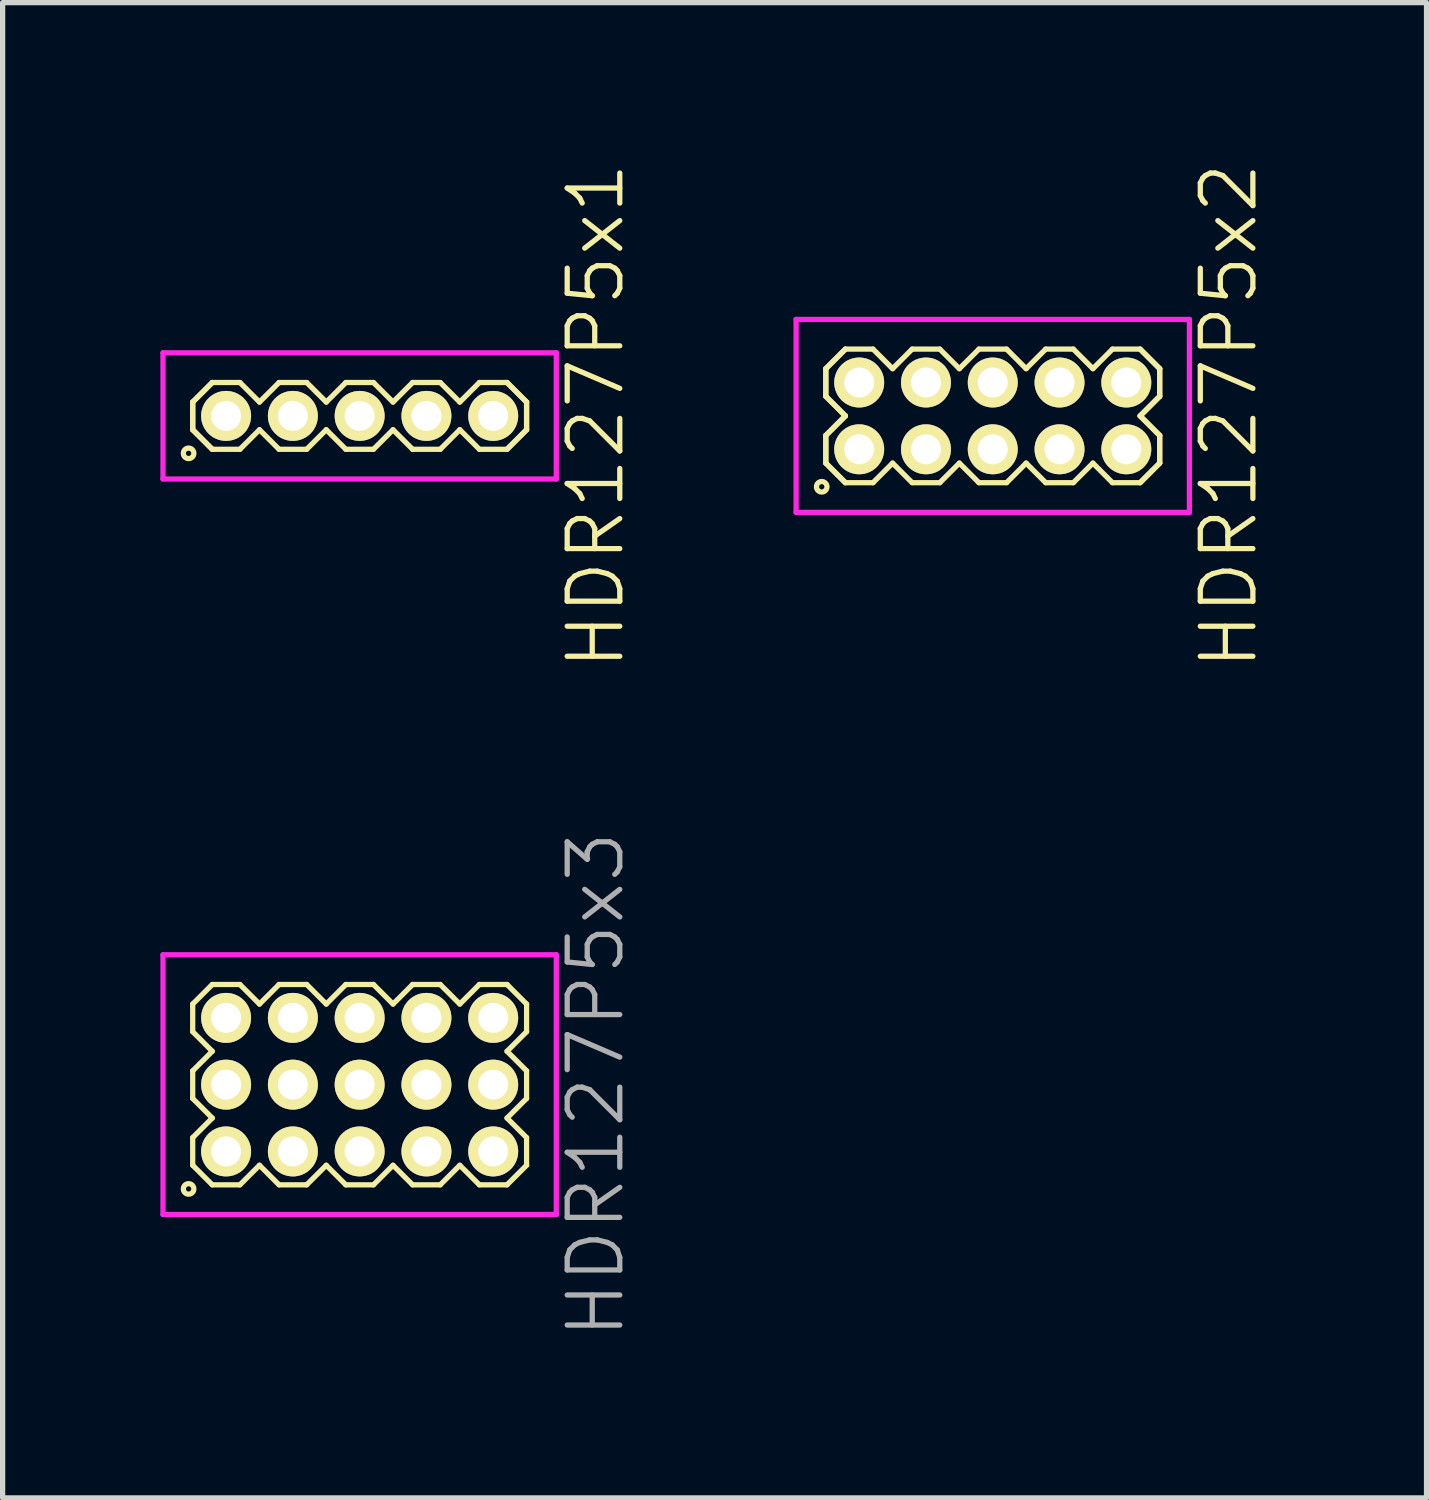
<source format=kicad_pcb>
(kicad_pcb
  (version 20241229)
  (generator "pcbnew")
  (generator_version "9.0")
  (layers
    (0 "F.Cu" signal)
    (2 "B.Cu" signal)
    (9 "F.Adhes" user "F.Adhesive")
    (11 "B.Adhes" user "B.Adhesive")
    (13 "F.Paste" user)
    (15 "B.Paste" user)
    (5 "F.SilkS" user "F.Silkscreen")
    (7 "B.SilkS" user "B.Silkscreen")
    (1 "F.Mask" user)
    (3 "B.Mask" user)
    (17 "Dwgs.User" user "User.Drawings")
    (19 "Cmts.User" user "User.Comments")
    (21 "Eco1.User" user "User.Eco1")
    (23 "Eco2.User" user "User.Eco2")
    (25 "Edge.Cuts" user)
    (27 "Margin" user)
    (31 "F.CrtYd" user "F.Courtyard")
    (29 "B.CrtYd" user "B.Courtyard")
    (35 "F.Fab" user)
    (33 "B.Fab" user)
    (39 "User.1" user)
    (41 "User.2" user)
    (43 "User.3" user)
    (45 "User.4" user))
  (footprint "HDR127P5x1"
    (layer "F.Cu")
    (at 3.79 4.86)
    (property "Reference" "HDR127P5x1" (at 4.49 0 90) (layer "F.SilkS") (effects (font (size 1 1) (thickness 0.1))))
    (attr through_hole)
    (fp_line (start -3.175 -0.263) (end -2.803 -0.635) (stroke (width 0.1) (type solid)) (layer "F.SilkS"))
    (fp_line (start -3.175 -0.263) (end -2.803 -0.635) (stroke (width 0.1) (type solid)) (layer "F.SilkS"))
    (fp_line (start -3.175 0.263) (end -3.175 -0.263) (stroke (width 0.1) (type solid)) (layer "F.SilkS"))
    (fp_line (start -3.175 0.263) (end -3.175 -0.263) (stroke (width 0.1) (type solid)) (layer "F.SilkS"))
    (fp_line (start -2.803 -0.635) (end -2.277 -0.635) (stroke (width 0.1) (type solid)) (layer "F.SilkS"))
    (fp_line (start -2.803 0.635) (end -3.175 0.263) (stroke (width 0.1) (type solid)) (layer "F.SilkS"))
    (fp_line (start -2.803 0.635) (end -3.175 0.263) (stroke (width 0.1) (type solid)) (layer "F.SilkS"))
    (fp_line (start -2.277 -0.635) (end -1.905 -0.263) (stroke (width 0.1) (type solid)) (layer "F.SilkS"))
    (fp_line (start -2.277 0.635) (end -2.803 0.635) (stroke (width 0.1) (type solid)) (layer "F.SilkS"))
    (fp_line (start -1.905 -0.263) (end -1.533 -0.635) (stroke (width 0.1) (type solid)) (layer "F.SilkS"))
    (fp_line (start -1.905 0.263) (end -2.277 0.635) (stroke (width 0.1) (type solid)) (layer "F.SilkS"))
    (fp_line (start -1.533 -0.635) (end -1.007 -0.635) (stroke (width 0.1) (type solid)) (layer "F.SilkS"))
    (fp_line (start -1.533 0.635) (end -1.905 0.263) (stroke (width 0.1) (type solid)) (layer "F.SilkS"))
    (fp_line (start -1.007 -0.635) (end -0.635 -0.263) (stroke (width 0.1) (type solid)) (layer "F.SilkS"))
    (fp_line (start -1.007 0.635) (end -1.533 0.635) (stroke (width 0.1) (type solid)) (layer "F.SilkS"))
    (fp_line (start -0.635 -0.263) (end -0.263 -0.635) (stroke (width 0.1) (type solid)) (layer "F.SilkS"))
    (fp_line (start -0.635 0.263) (end -1.007 0.635) (stroke (width 0.1) (type solid)) (layer "F.SilkS"))
    (fp_line (start -0.263 -0.635) (end 0.263 -0.635) (stroke (width 0.1) (type solid)) (layer "F.SilkS"))
    (fp_line (start -0.263 0.635) (end -0.635 0.263) (stroke (width 0.1) (type solid)) (layer "F.SilkS"))
    (fp_line (start 0.263 -0.635) (end 0.635 -0.263) (stroke (width 0.1) (type solid)) (layer "F.SilkS"))
    (fp_line (start 0.263 0.635) (end -0.263 0.635) (stroke (width 0.1) (type solid)) (layer "F.SilkS"))
    (fp_line (start 0.635 -0.263) (end 1.007 -0.635) (stroke (width 0.1) (type solid)) (layer "F.SilkS"))
    (fp_line (start 0.635 0.263) (end 0.263 0.635) (stroke (width 0.1) (type solid)) (layer "F.SilkS"))
    (fp_line (start 1.007 -0.635) (end 1.533 -0.635) (stroke (width 0.1) (type solid)) (layer "F.SilkS"))
    (fp_line (start 1.007 0.635) (end 0.635 0.263) (stroke (width 0.1) (type solid)) (layer "F.SilkS"))
    (fp_line (start 1.533 -0.635) (end 1.905 -0.263) (stroke (width 0.1) (type solid)) (layer "F.SilkS"))
    (fp_line (start 1.533 0.635) (end 1.007 0.635) (stroke (width 0.1) (type solid)) (layer "F.SilkS"))
    (fp_line (start 1.905 -0.263) (end 2.277 -0.635) (stroke (width 0.1) (type solid)) (layer "F.SilkS"))
    (fp_line (start 1.905 0.263) (end 1.533 0.635) (stroke (width 0.1) (type solid)) (layer "F.SilkS"))
    (fp_line (start 2.277 -0.635) (end 2.803 -0.635) (stroke (width 0.1) (type solid)) (layer "F.SilkS"))
    (fp_line (start 2.277 0.635) (end 1.905 0.263) (stroke (width 0.1) (type solid)) (layer "F.SilkS"))
    (fp_line (start 2.803 -0.635) (end 3.175 -0.263) (stroke (width 0.1) (type solid)) (layer "F.SilkS"))
    (fp_line (start 2.803 -0.635) (end 3.175 -0.263) (stroke (width 0.1) (type solid)) (layer "F.SilkS"))
    (fp_line (start 2.803 0.635) (end 2.277 0.635) (stroke (width 0.1) (type solid)) (layer "F.SilkS"))
    (fp_line (start 3.175 -0.263) (end 3.175 0.263) (stroke (width 0.1) (type solid)) (layer "F.SilkS"))
    (fp_line (start 3.175 -0.263) (end 3.175 0.263) (stroke (width 0.1) (type solid)) (layer "F.SilkS"))
    (fp_line (start 3.175 0.263) (end 2.803 0.635) (stroke (width 0.1) (type solid)) (layer "F.SilkS"))
    (fp_line (start 3.175 0.263) (end 2.803 0.635) (stroke (width 0.1) (type solid)) (layer "F.SilkS"))
    (fp_circle (center -3.253 0.712) (end -3.153 0.712) (stroke (width 0.1) (type solid)) (fill no) (layer "F.SilkS"))
    (fp_line (start -3.74 -1.2) (end -3.74 1.2) (stroke (width 0.1) (type solid)) (layer "F.CrtYd"))
    (fp_line (start -3.74 1.2) (end 3.74 1.2) (stroke (width 0.1) (type solid)) (layer "F.CrtYd"))
    (fp_line (start 3.74 -1.2) (end -3.74 -1.2) (stroke (width 0.1) (type solid)) (layer "F.CrtYd"))
    (fp_line (start 3.74 1.2) (end 3.74 -1.2) (stroke (width 0.1) (type solid)) (layer "F.CrtYd"))
    (pad "1" thru_hole oval (at -2.54 0) (size 0.95 0.95) (drill 0.57) (layers "*.Cu" "*.Mask" "F.SilkS"))
    (pad "2" thru_hole oval (at -1.27 0) (size 0.95 0.95) (drill 0.57) (layers "*.Cu" "*.Mask" "F.SilkS"))
    (pad "3" thru_hole oval (at 0 0) (size 0.95 0.95) (drill 0.57) (layers "*.Cu" "*.Mask" "F.SilkS"))
    (pad "4" thru_hole oval (at 1.27 0) (size 0.95 0.95) (drill 0.57) (layers "*.Cu" "*.Mask" "F.SilkS"))
    (pad "5" thru_hole oval (at 2.54 0) (size 0.95 0.95) (drill 0.57) (layers "*.Cu" "*.Mask" "F.SilkS")))
  (footprint "HDR127P5x2"
    (layer "F.Cu")
    (at 15.831 4.86)
    (property "Reference" "HDR127P5x2" (at 4.49 0 90) (layer "F.SilkS") (effects (font (size 1 1) (thickness 0.1))))
    (attr through_hole)
    (fp_line (start -3.175 -0.898) (end -2.803 -1.27) (stroke (width 0.1) (type solid)) (layer "F.SilkS"))
    (fp_line (start -3.175 -0.898) (end -2.803 -1.27) (stroke (width 0.1) (type solid)) (layer "F.SilkS"))
    (fp_line (start -3.175 -0.372) (end -3.175 -0.898) (stroke (width 0.1) (type solid)) (layer "F.SilkS"))
    (fp_line (start -3.175 -0.372) (end -3.175 -0.898) (stroke (width 0.1) (type solid)) (layer "F.SilkS"))
    (fp_line (start -3.175 0.372) (end -2.803 0) (stroke (width 0.1) (type solid)) (layer "F.SilkS"))
    (fp_line (start -3.175 0.372) (end -2.803 0) (stroke (width 0.1) (type solid)) (layer "F.SilkS"))
    (fp_line (start -3.175 0.898) (end -3.175 0.372) (stroke (width 0.1) (type solid)) (layer "F.SilkS"))
    (fp_line (start -3.175 0.898) (end -3.175 0.372) (stroke (width 0.1) (type solid)) (layer "F.SilkS"))
    (fp_line (start -2.803 -1.27) (end -2.277 -1.27) (stroke (width 0.1) (type solid)) (layer "F.SilkS"))
    (fp_line (start -2.803 0) (end -3.175 -0.372) (stroke (width 0.1) (type solid)) (layer "F.SilkS"))
    (fp_line (start -2.803 0) (end -3.175 -0.372) (stroke (width 0.1) (type solid)) (layer "F.SilkS"))
    (fp_line (start -2.803 1.27) (end -3.175 0.898) (stroke (width 0.1) (type solid)) (layer "F.SilkS"))
    (fp_line (start -2.803 1.27) (end -3.175 0.898) (stroke (width 0.1) (type solid)) (layer "F.SilkS"))
    (fp_line (start -2.277 -1.27) (end -1.905 -0.898) (stroke (width 0.1) (type solid)) (layer "F.SilkS"))
    (fp_line (start -2.277 1.27) (end -2.803 1.27) (stroke (width 0.1) (type solid)) (layer "F.SilkS"))
    (fp_line (start -1.905 -0.898) (end -1.533 -1.27) (stroke (width 0.1) (type solid)) (layer "F.SilkS"))
    (fp_line (start -1.905 0.898) (end -2.277 1.27) (stroke (width 0.1) (type solid)) (layer "F.SilkS"))
    (fp_line (start -1.533 -1.27) (end -1.007 -1.27) (stroke (width 0.1) (type solid)) (layer "F.SilkS"))
    (fp_line (start -1.533 1.27) (end -1.905 0.898) (stroke (width 0.1) (type solid)) (layer "F.SilkS"))
    (fp_line (start -1.007 -1.27) (end -0.635 -0.898) (stroke (width 0.1) (type solid)) (layer "F.SilkS"))
    (fp_line (start -1.007 1.27) (end -1.533 1.27) (stroke (width 0.1) (type solid)) (layer "F.SilkS"))
    (fp_line (start -0.635 -0.898) (end -0.263 -1.27) (stroke (width 0.1) (type solid)) (layer "F.SilkS"))
    (fp_line (start -0.635 0.898) (end -1.007 1.27) (stroke (width 0.1) (type solid)) (layer "F.SilkS"))
    (fp_line (start -0.263 -1.27) (end 0.263 -1.27) (stroke (width 0.1) (type solid)) (layer "F.SilkS"))
    (fp_line (start -0.263 1.27) (end -0.635 0.898) (stroke (width 0.1) (type solid)) (layer "F.SilkS"))
    (fp_line (start 0.263 -1.27) (end 0.635 -0.898) (stroke (width 0.1) (type solid)) (layer "F.SilkS"))
    (fp_line (start 0.263 1.27) (end -0.263 1.27) (stroke (width 0.1) (type solid)) (layer "F.SilkS"))
    (fp_line (start 0.635 -0.898) (end 1.007 -1.27) (stroke (width 0.1) (type solid)) (layer "F.SilkS"))
    (fp_line (start 0.635 0.898) (end 0.263 1.27) (stroke (width 0.1) (type solid)) (layer "F.SilkS"))
    (fp_line (start 1.007 -1.27) (end 1.533 -1.27) (stroke (width 0.1) (type solid)) (layer "F.SilkS"))
    (fp_line (start 1.007 1.27) (end 0.635 0.898) (stroke (width 0.1) (type solid)) (layer "F.SilkS"))
    (fp_line (start 1.533 -1.27) (end 1.905 -0.898) (stroke (width 0.1) (type solid)) (layer "F.SilkS"))
    (fp_line (start 1.533 1.27) (end 1.007 1.27) (stroke (width 0.1) (type solid)) (layer "F.SilkS"))
    (fp_line (start 1.905 -0.898) (end 2.277 -1.27) (stroke (width 0.1) (type solid)) (layer "F.SilkS"))
    (fp_line (start 1.905 0.898) (end 1.533 1.27) (stroke (width 0.1) (type solid)) (layer "F.SilkS"))
    (fp_line (start 2.277 -1.27) (end 2.803 -1.27) (stroke (width 0.1) (type solid)) (layer "F.SilkS"))
    (fp_line (start 2.277 1.27) (end 1.905 0.898) (stroke (width 0.1) (type solid)) (layer "F.SilkS"))
    (fp_line (start 2.803 -1.27) (end 3.175 -0.898) (stroke (width 0.1) (type solid)) (layer "F.SilkS"))
    (fp_line (start 2.803 -1.27) (end 3.175 -0.898) (stroke (width 0.1) (type solid)) (layer "F.SilkS"))
    (fp_line (start 2.803 0) (end 3.175 0.372) (stroke (width 0.1) (type solid)) (layer "F.SilkS"))
    (fp_line (start 2.803 0) (end 3.175 0.372) (stroke (width 0.1) (type solid)) (layer "F.SilkS"))
    (fp_line (start 2.803 1.27) (end 2.277 1.27) (stroke (width 0.1) (type solid)) (layer "F.SilkS"))
    (fp_line (start 3.175 -0.898) (end 3.175 -0.372) (stroke (width 0.1) (type solid)) (layer "F.SilkS"))
    (fp_line (start 3.175 -0.898) (end 3.175 -0.372) (stroke (width 0.1) (type solid)) (layer "F.SilkS"))
    (fp_line (start 3.175 -0.372) (end 2.803 0) (stroke (width 0.1) (type solid)) (layer "F.SilkS"))
    (fp_line (start 3.175 -0.372) (end 2.803 0) (stroke (width 0.1) (type solid)) (layer "F.SilkS"))
    (fp_line (start 3.175 0.372) (end 3.175 0.898) (stroke (width 0.1) (type solid)) (layer "F.SilkS"))
    (fp_line (start 3.175 0.372) (end 3.175 0.898) (stroke (width 0.1) (type solid)) (layer "F.SilkS"))
    (fp_line (start 3.175 0.898) (end 2.803 1.27) (stroke (width 0.1) (type solid)) (layer "F.SilkS"))
    (fp_line (start 3.175 0.898) (end 2.803 1.27) (stroke (width 0.1) (type solid)) (layer "F.SilkS"))
    (fp_circle (center -3.253 1.348) (end -3.153 1.348) (stroke (width 0.1) (type solid)) (fill no) (layer "F.SilkS"))
    (fp_line (start -3.74 -1.835) (end -3.74 1.835) (stroke (width 0.1) (type solid)) (layer "F.CrtYd"))
    (fp_line (start -3.74 1.835) (end 3.74 1.835) (stroke (width 0.1) (type solid)) (layer "F.CrtYd"))
    (fp_line (start 3.74 -1.835) (end -3.74 -1.835) (stroke (width 0.1) (type solid)) (layer "F.CrtYd"))
    (fp_line (start 3.74 1.835) (end 3.74 -1.835) (stroke (width 0.1) (type solid)) (layer "F.CrtYd"))
    (pad "1" thru_hole oval (at -2.54 0.635) (size 0.95 0.95) (drill 0.57) (layers "*.Cu" "*.Mask" "F.SilkS"))
    (pad "2" thru_hole oval (at -2.54 -0.635) (size 0.95 0.95) (drill 0.57) (layers "*.Cu" "*.Mask" "F.SilkS"))
    (pad "3" thru_hole oval (at -1.27 0.635) (size 0.95 0.95) (drill 0.57) (layers "*.Cu" "*.Mask" "F.SilkS"))
    (pad "4" thru_hole oval (at -1.27 -0.635) (size 0.95 0.95) (drill 0.57) (layers "*.Cu" "*.Mask" "F.SilkS"))
    (pad "5" thru_hole oval (at 0 0.635) (size 0.95 0.95) (drill 0.57) (layers "*.Cu" "*.Mask" "F.SilkS"))
    (pad "6" thru_hole oval (at 0 -0.635) (size 0.95 0.95) (drill 0.57) (layers "*.Cu" "*.Mask" "F.SilkS"))
    (pad "7" thru_hole oval (at 1.27 0.635) (size 0.95 0.95) (drill 0.57) (layers "*.Cu" "*.Mask" "F.SilkS"))
    (pad "8" thru_hole oval (at 1.27 -0.635) (size 0.95 0.95) (drill 0.57) (layers "*.Cu" "*.Mask" "F.SilkS"))
    (pad "9" thru_hole oval (at 2.54 0.635) (size 0.95 0.95) (drill 0.57) (layers "*.Cu" "*.Mask" "F.SilkS"))
    (pad "10" thru_hole oval (at 2.54 -0.635) (size 0.95 0.95) (drill 0.57) (layers "*.Cu" "*.Mask" "F.SilkS")))
  (footprint "HDR127P5x3"
    (layer "F.Cu")
    (at 3.79 17.579)
    (property "Reference" "HDR127P5x3" (at 4.49 0 90) (layer "F.Fab") (effects (font (size 1 1) (thickness 0.1))))
    (attr through_hole)
    (fp_line (start -3.175 -1.533) (end -2.803 -1.905) (stroke (width 0.1) (type solid)) (layer "F.SilkS"))
    (fp_line (start -3.175 -1.007) (end -3.175 -1.533) (stroke (width 0.1) (type solid)) (layer "F.SilkS"))
    (fp_line (start -3.175 -0.263) (end -2.803 -0.635) (stroke (width 0.1) (type solid)) (layer "F.SilkS"))
    (fp_line (start -3.175 0.263) (end -3.175 -0.263) (stroke (width 0.1) (type solid)) (layer "F.SilkS"))
    (fp_line (start -3.175 1.007) (end -2.803 0.635) (stroke (width 0.1) (type solid)) (layer "F.SilkS"))
    (fp_line (start -3.175 1.533) (end -3.175 1.007) (stroke (width 0.1) (type solid)) (layer "F.SilkS"))
    (fp_line (start -2.803 -1.905) (end -2.277 -1.905) (stroke (width 0.1) (type solid)) (layer "F.SilkS"))
    (fp_line (start -2.803 -0.635) (end -3.175 -1.007) (stroke (width 0.1) (type solid)) (layer "F.SilkS"))
    (fp_line (start -2.803 0.635) (end -3.175 0.263) (stroke (width 0.1) (type solid)) (layer "F.SilkS"))
    (fp_line (start -2.803 1.905) (end -3.175 1.533) (stroke (width 0.1) (type solid)) (layer "F.SilkS"))
    (fp_line (start -2.277 -1.905) (end -1.905 -1.533) (stroke (width 0.1) (type solid)) (layer "F.SilkS"))
    (fp_line (start -2.277 1.905) (end -2.803 1.905) (stroke (width 0.1) (type solid)) (layer "F.SilkS"))
    (fp_line (start -1.905 -1.533) (end -1.533 -1.905) (stroke (width 0.1) (type solid)) (layer "F.SilkS"))
    (fp_line (start -1.905 1.533) (end -2.277 1.905) (stroke (width 0.1) (type solid)) (layer "F.SilkS"))
    (fp_line (start -1.533 -1.905) (end -1.007 -1.905) (stroke (width 0.1) (type solid)) (layer "F.SilkS"))
    (fp_line (start -1.533 1.905) (end -1.905 1.533) (stroke (width 0.1) (type solid)) (layer "F.SilkS"))
    (fp_line (start -1.007 -1.905) (end -0.635 -1.533) (stroke (width 0.1) (type solid)) (layer "F.SilkS"))
    (fp_line (start -1.007 1.905) (end -1.533 1.905) (stroke (width 0.1) (type solid)) (layer "F.SilkS"))
    (fp_line (start -0.635 -1.533) (end -0.263 -1.905) (stroke (width 0.1) (type solid)) (layer "F.SilkS"))
    (fp_line (start -0.635 1.533) (end -1.007 1.905) (stroke (width 0.1) (type solid)) (layer "F.SilkS"))
    (fp_line (start -0.263 -1.905) (end 0.263 -1.905) (stroke (width 0.1) (type solid)) (layer "F.SilkS"))
    (fp_line (start -0.263 1.905) (end -0.635 1.533) (stroke (width 0.1) (type solid)) (layer "F.SilkS"))
    (fp_line (start 0.263 -1.905) (end 0.635 -1.533) (stroke (width 0.1) (type solid)) (layer "F.SilkS"))
    (fp_line (start 0.263 1.905) (end -0.263 1.905) (stroke (width 0.1) (type solid)) (layer "F.SilkS"))
    (fp_line (start 0.635 -1.533) (end 1.007 -1.905) (stroke (width 0.1) (type solid)) (layer "F.SilkS"))
    (fp_line (start 0.635 1.533) (end 0.263 1.905) (stroke (width 0.1) (type solid)) (layer "F.SilkS"))
    (fp_line (start 1.007 -1.905) (end 1.533 -1.905) (stroke (width 0.1) (type solid)) (layer "F.SilkS"))
    (fp_line (start 1.007 1.905) (end 0.635 1.533) (stroke (width 0.1) (type solid)) (layer "F.SilkS"))
    (fp_line (start 1.533 -1.905) (end 1.905 -1.533) (stroke (width 0.1) (type solid)) (layer "F.SilkS"))
    (fp_line (start 1.533 1.905) (end 1.007 1.905) (stroke (width 0.1) (type solid)) (layer "F.SilkS"))
    (fp_line (start 1.905 -1.533) (end 2.277 -1.905) (stroke (width 0.1) (type solid)) (layer "F.SilkS"))
    (fp_line (start 1.905 1.533) (end 1.533 1.905) (stroke (width 0.1) (type solid)) (layer "F.SilkS"))
    (fp_line (start 2.277 -1.905) (end 2.803 -1.905) (stroke (width 0.1) (type solid)) (layer "F.SilkS"))
    (fp_line (start 2.277 1.905) (end 1.905 1.533) (stroke (width 0.1) (type solid)) (layer "F.SilkS"))
    (fp_line (start 2.803 -1.905) (end 3.175 -1.533) (stroke (width 0.1) (type solid)) (layer "F.SilkS"))
    (fp_line (start 2.803 -0.635) (end 3.175 -0.263) (stroke (width 0.1) (type solid)) (layer "F.SilkS"))
    (fp_line (start 2.803 0.635) (end 3.175 1.007) (stroke (width 0.1) (type solid)) (layer "F.SilkS"))
    (fp_line (start 2.803 1.905) (end 2.277 1.905) (stroke (width 0.1) (type solid)) (layer "F.SilkS"))
    (fp_line (start 3.175 -1.533) (end 3.175 -1.007) (stroke (width 0.1) (type solid)) (layer "F.SilkS"))
    (fp_line (start 3.175 -1.007) (end 2.803 -0.635) (stroke (width 0.1) (type solid)) (layer "F.SilkS"))
    (fp_line (start 3.175 -0.263) (end 3.175 0.263) (stroke (width 0.1) (type solid)) (layer "F.SilkS"))
    (fp_line (start 3.175 0.263) (end 2.803 0.635) (stroke (width 0.1) (type solid)) (layer "F.SilkS"))
    (fp_line (start 3.175 1.007) (end 3.175 1.533) (stroke (width 0.1) (type solid)) (layer "F.SilkS"))
    (fp_line (start 3.175 1.533) (end 2.803 1.905) (stroke (width 0.1) (type solid)) (layer "F.SilkS"))
    (fp_circle (center -3.253 1.983) (end -3.153 1.983) (stroke (width 0.1) (type solid)) (fill no) (layer "F.SilkS"))
    (fp_line (start -3.74 -2.47) (end -3.74 2.47) (stroke (width 0.1) (type solid)) (layer "F.CrtYd"))
    (fp_line (start -3.74 2.47) (end 3.74 2.47) (stroke (width 0.1) (type solid)) (layer "F.CrtYd"))
    (fp_line (start 3.74 -2.47) (end -3.74 -2.47) (stroke (width 0.1) (type solid)) (layer "F.CrtYd"))
    (fp_line (start 3.74 2.47) (end 3.74 -2.47) (stroke (width 0.1) (type solid)) (layer "F.CrtYd"))
    (pad "1" thru_hole oval (at -2.54 1.27) (size 0.95 0.95) (drill 0.57) (layers "*.Cu" "*.Mask" "F.SilkS"))
    (pad "2" thru_hole oval (at -2.54 0) (size 0.95 0.95) (drill 0.57) (layers "*.Cu" "*.Mask" "F.SilkS"))
    (pad "3" thru_hole oval (at -2.54 -1.27) (size 0.95 0.95) (drill 0.57) (layers "*.Cu" "*.Mask" "F.SilkS"))
    (pad "4" thru_hole oval (at -1.27 1.27) (size 0.95 0.95) (drill 0.57) (layers "*.Cu" "*.Mask" "F.SilkS"))
    (pad "5" thru_hole oval (at -1.27 0) (size 0.95 0.95) (drill 0.57) (layers "*.Cu" "*.Mask" "F.SilkS"))
    (pad "6" thru_hole oval (at -1.27 -1.27) (size 0.95 0.95) (drill 0.57) (layers "*.Cu" "*.Mask" "F.SilkS"))
    (pad "7" thru_hole oval (at 0 1.27) (size 0.95 0.95) (drill 0.57) (layers "*.Cu" "*.Mask" "F.SilkS"))
    (pad "8" thru_hole oval (at 0 0) (size 0.95 0.95) (drill 0.57) (layers "*.Cu" "*.Mask" "F.SilkS"))
    (pad "9" thru_hole oval (at 0 -1.27) (size 0.95 0.95) (drill 0.57) (layers "*.Cu" "*.Mask" "F.SilkS"))
    (pad "10" thru_hole oval (at 1.27 1.27) (size 0.95 0.95) (drill 0.57) (layers "*.Cu" "*.Mask" "F.SilkS"))
    (pad "11" thru_hole oval (at 1.27 0) (size 0.95 0.95) (drill 0.57) (layers "*.Cu" "*.Mask" "F.SilkS"))
    (pad "12" thru_hole oval (at 1.27 -1.27) (size 0.95 0.95) (drill 0.57) (layers "*.Cu" "*.Mask" "F.SilkS"))
    (pad "13" thru_hole oval (at 2.54 1.27) (size 0.95 0.95) (drill 0.57) (layers "*.Cu" "*.Mask" "F.SilkS"))
    (pad "14" thru_hole oval (at 2.54 0) (size 0.95 0.95) (drill 0.57) (layers "*.Cu" "*.Mask" "F.SilkS"))
    (pad "15" thru_hole oval (at 2.54 -1.27) (size 0.95 0.95) (drill 0.57) (layers "*.Cu" "*.Mask" "F.SilkS")))
  (gr_rect
    (start -3 -3)
    (end 24.081 25.438)
    (stroke (width 0.1) (type default))
    (fill no)
    (layer "Edge.Cuts")))
</source>
